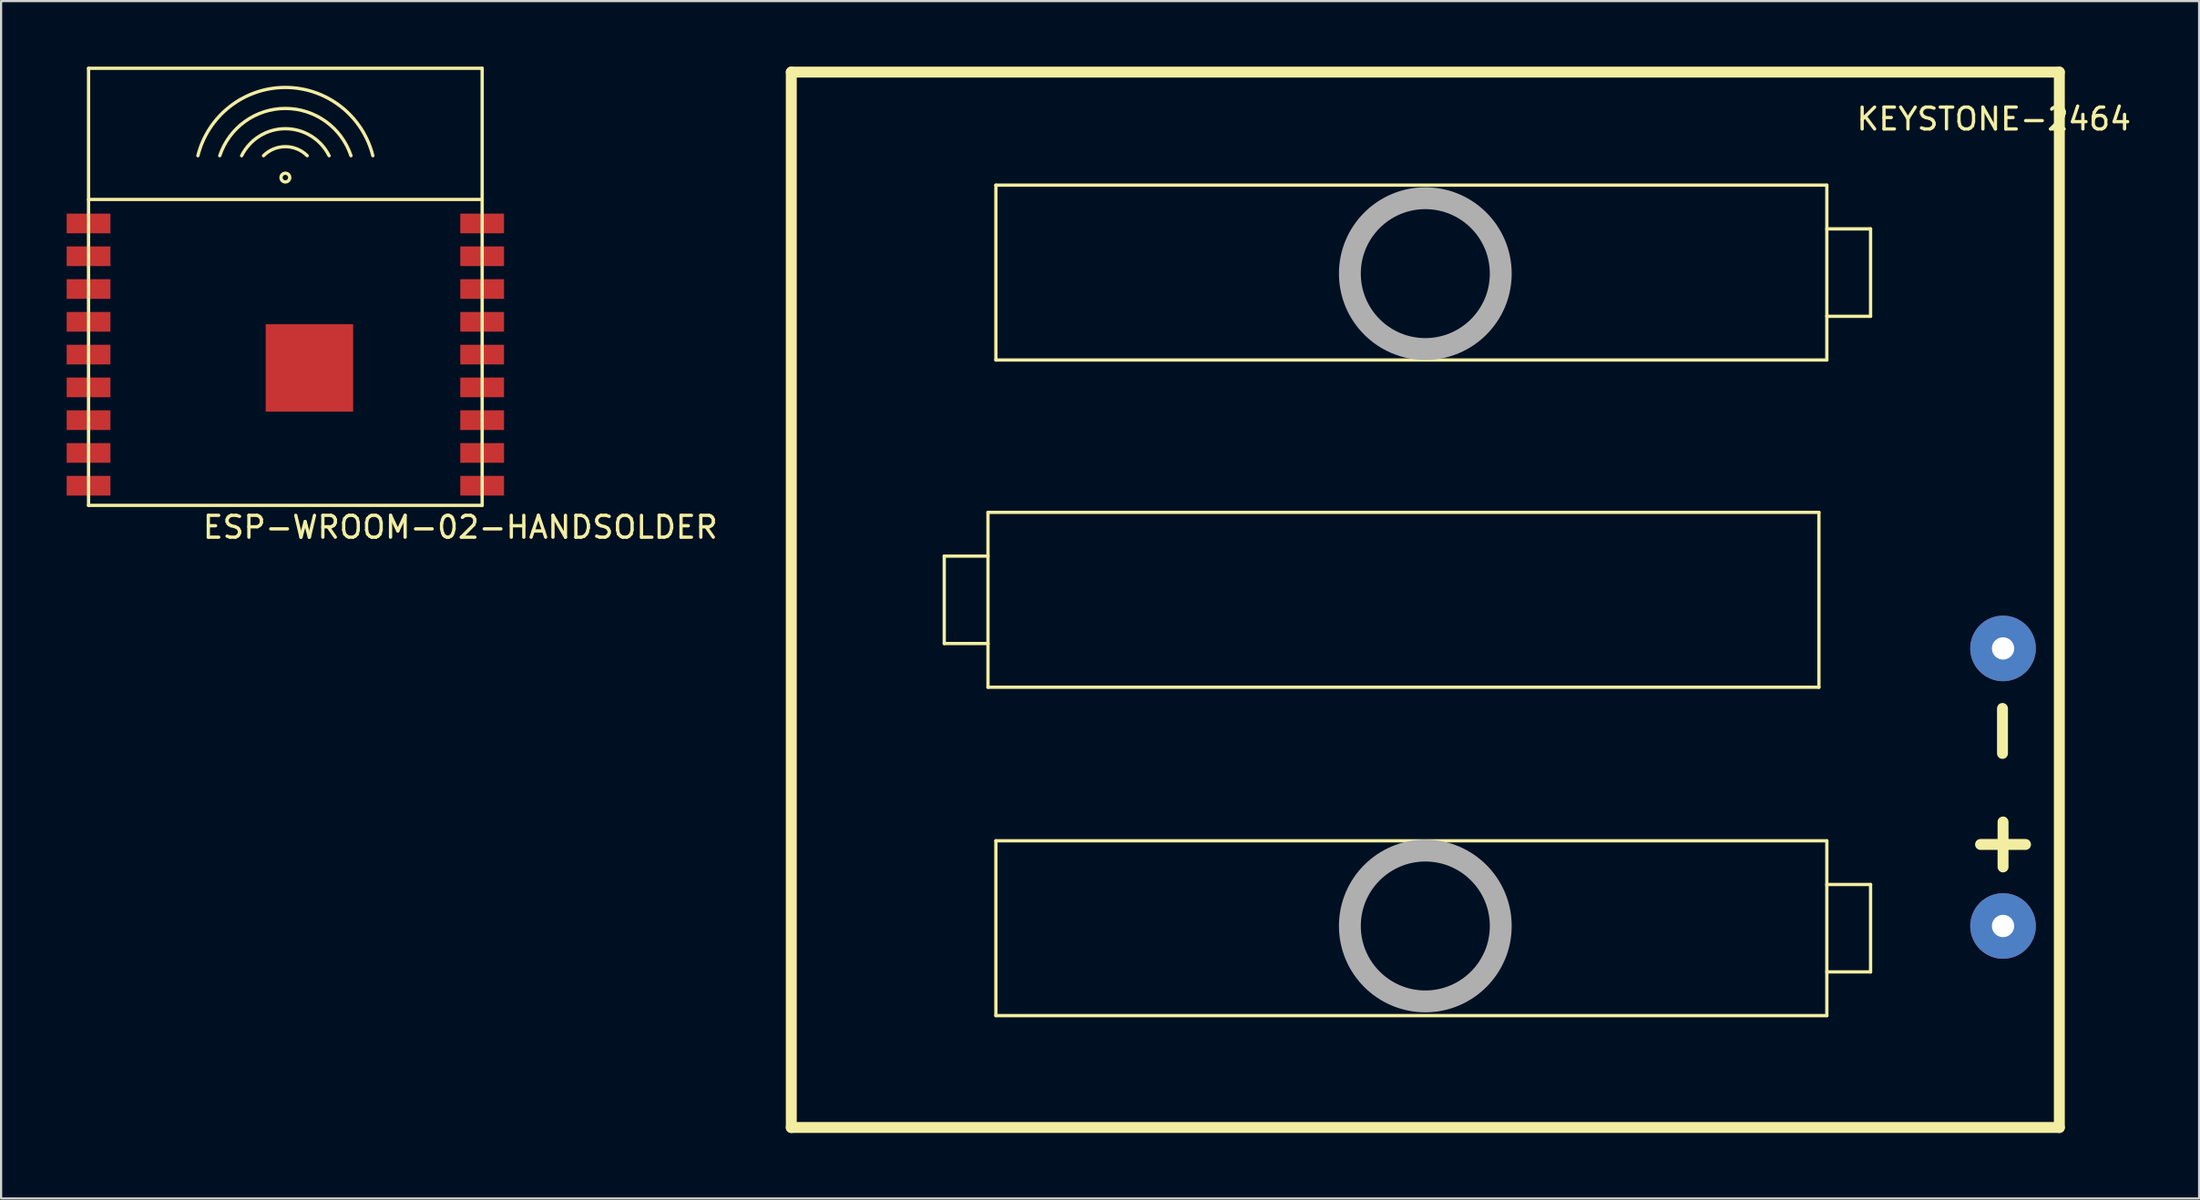
<source format=kicad_pcb>
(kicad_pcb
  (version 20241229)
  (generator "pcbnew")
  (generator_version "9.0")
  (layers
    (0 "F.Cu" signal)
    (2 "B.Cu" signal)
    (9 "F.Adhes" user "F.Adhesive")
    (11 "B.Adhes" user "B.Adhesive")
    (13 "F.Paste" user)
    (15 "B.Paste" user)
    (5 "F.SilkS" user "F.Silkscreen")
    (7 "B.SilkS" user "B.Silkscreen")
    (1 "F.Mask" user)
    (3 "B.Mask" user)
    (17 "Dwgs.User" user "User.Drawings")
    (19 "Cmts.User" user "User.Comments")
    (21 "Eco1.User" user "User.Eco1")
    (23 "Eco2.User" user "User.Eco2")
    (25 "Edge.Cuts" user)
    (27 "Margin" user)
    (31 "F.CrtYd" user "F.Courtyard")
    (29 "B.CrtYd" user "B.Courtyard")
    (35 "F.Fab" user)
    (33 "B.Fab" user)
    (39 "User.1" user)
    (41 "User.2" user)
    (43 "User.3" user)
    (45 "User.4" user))
  (footprint "ESP-WROOM-02-HANDSOLDER"
    (layer "F.Cu")
    (at 10 13.075)
    (property "Reference" "ESP-WROOM-02-HANDSOLDER" (at 8 8 0) (layer "F.SilkS") (effects (font (size 1 1) (thickness 0.15))))
    (attr through_hole)
    (fp_line (start -9 -13) (end 9 -13) (stroke (width 0.15) (type solid)) (layer "F.SilkS"))
    (fp_line (start -9 -7) (end 9 -7) (stroke (width 0.15) (type solid)) (layer "F.SilkS"))
    (fp_line (start -9 7) (end -9 -13) (stroke (width 0.15) (type solid)) (layer "F.SilkS"))
    (fp_line (start 9 -13) (end 9 7) (stroke (width 0.15) (type solid)) (layer "F.SilkS"))
    (fp_line (start 9 7) (end -9 7) (stroke (width 0.15) (type solid)) (layer "F.SilkS"))
    (fp_arc (start -3.999999 -9) (mid 0 -12.123105) (end 3.999999 -8.999999) (stroke (width 0.15) (type solid)) (layer "F.SilkS"))
    (fp_arc (start -2.999999 -9) (mid 0 -11.162277) (end 2.999999 -8.999999) (stroke (width 0.15) (type solid)) (layer "F.SilkS"))
    (fp_arc (start -1.999999 -9) (mid 0 -10.236067) (end 1.999999 -8.999999) (stroke (width 0.15) (type solid)) (layer "F.SilkS"))
    (fp_arc (start -0.999999 -8.999999) (mid 0 -9.414212) (end 0.999999 -8.999999) (stroke (width 0.15) (type solid)) (layer "F.SilkS"))
    (fp_circle (center 0 -8) (end 0.2 -8) (stroke (width 0.15) (type solid)) (fill no) (layer "F.SilkS"))
    (pad "1" smd rect (at -9 -5.9) (size 2 0.9) (layers "F.Cu" "F.Mask" "F.Paste"))
    (pad "2" smd rect (at -9 -4.4) (size 2 0.9) (layers "F.Cu" "F.Mask" "F.Paste"))
    (pad "3" smd rect (at -9 -2.9) (size 2 0.9) (layers "F.Cu" "F.Mask" "F.Paste"))
    (pad "4" smd rect (at -9 -1.4) (size 2 0.9) (layers "F.Cu" "F.Mask" "F.Paste"))
    (pad "5" smd rect (at -9 0.1) (size 2 0.9) (layers "F.Cu" "F.Mask" "F.Paste"))
    (pad "6" smd rect (at -9 1.6) (size 2 0.9) (layers "F.Cu" "F.Mask" "F.Paste"))
    (pad "7" smd rect (at -9 3.1) (size 2 0.9) (layers "F.Cu" "F.Mask" "F.Paste"))
    (pad "8" smd rect (at -9 4.6) (size 2 0.9) (layers "F.Cu" "F.Mask" "F.Paste"))
    (pad "9" smd rect (at -9 6.1) (size 2 0.9) (layers "F.Cu" "F.Mask" "F.Paste"))
    (pad "10" smd rect (at 9 6.1) (size 2 0.9) (layers "F.Cu" "F.Mask" "F.Paste"))
    (pad "11" smd rect (at 9 4.6) (size 2 0.9) (layers "F.Cu" "F.Mask" "F.Paste"))
    (pad "12" smd rect (at 9 3.1) (size 2 0.9) (layers "F.Cu" "F.Mask" "F.Paste"))
    (pad "13" smd rect (at 9 1.6) (size 2 0.9) (layers "F.Cu" "F.Mask" "F.Paste"))
    (pad "14" smd rect (at 9 0.1) (size 2 0.9) (layers "F.Cu" "F.Mask" "F.Paste"))
    (pad "15" smd rect (at 9 -1.4) (size 2 0.9) (layers "F.Cu" "F.Mask" "F.Paste"))
    (pad "16" smd rect (at 9 -2.9) (size 2 0.9) (layers "F.Cu" "F.Mask" "F.Paste"))
    (pad "17" smd rect (at 9 -4.4) (size 2 0.9) (layers "F.Cu" "F.Mask" "F.Paste"))
    (pad "18" smd rect (at 9 -5.9) (size 2 0.9) (layers "F.Cu" "F.Mask" "F.Paste"))
    (pad "19" smd rect (at 1.1 0.71) (size 4 4) (layers "F.Cu" "F.Mask" "F.Paste")))
  (footprint "KEYSTONE-2464"
    (layer "F.Cu")
    (at 62.132 24.395)
    (property "Reference" "KEYSTONE-2464" (at 26 -22 180) (layer "F.SilkS") (effects (font (size 1 1) (thickness 0.15))))
    (attr through_hole)
    (fp_line (start -28.995 -24.145) (end 28.995 -24.145) (stroke (width 0.5) (type solid)) (layer "F.SilkS"))
    (fp_line (start -28.995 24.145) (end -28.995 -24.145) (stroke (width 0.5) (type solid)) (layer "F.SilkS"))
    (fp_line (start -28.995 24.145) (end 28.995 24.145) (stroke (width 0.5) (type solid)) (layer "F.SilkS"))
    (fp_line (start -22 -2) (end -20 -2) (stroke (width 0.15) (type solid)) (layer "F.SilkS"))
    (fp_line (start -22 2) (end -22 -2) (stroke (width 0.15) (type solid)) (layer "F.SilkS"))
    (fp_line (start -20 -4) (end 18 -4) (stroke (width 0.15) (type solid)) (layer "F.SilkS"))
    (fp_line (start -20 2) (end -22 2) (stroke (width 0.15) (type solid)) (layer "F.SilkS"))
    (fp_line (start -20 4) (end -20 -4) (stroke (width 0.15) (type solid)) (layer "F.SilkS"))
    (fp_line (start -19.638 -18.973) (end 18.362 -18.973) (stroke (width 0.15) (type solid)) (layer "F.SilkS"))
    (fp_line (start -19.638 -10.973) (end -19.638 -18.973) (stroke (width 0.15) (type solid)) (layer "F.SilkS"))
    (fp_line (start -19.638 11.027) (end 18.362 11.027) (stroke (width 0.15) (type solid)) (layer "F.SilkS"))
    (fp_line (start -19.638 19.027) (end -19.638 11.027) (stroke (width 0.15) (type solid)) (layer "F.SilkS"))
    (fp_line (start 18 -4) (end 18 4) (stroke (width 0.15) (type solid)) (layer "F.SilkS"))
    (fp_line (start 18 4) (end -20 4) (stroke (width 0.15) (type solid)) (layer "F.SilkS"))
    (fp_line (start 18.362 -18.973) (end 18.362 -10.973) (stroke (width 0.15) (type solid)) (layer "F.SilkS"))
    (fp_line (start 18.362 -16.973) (end 20.362 -16.973) (stroke (width 0.15) (type solid)) (layer "F.SilkS"))
    (fp_line (start 18.362 -10.973) (end -19.638 -10.973) (stroke (width 0.15) (type solid)) (layer "F.SilkS"))
    (fp_line (start 18.362 11.027) (end 18.362 19.027) (stroke (width 0.15) (type solid)) (layer "F.SilkS"))
    (fp_line (start 18.362 13.027) (end 20.362 13.027) (stroke (width 0.15) (type solid)) (layer "F.SilkS"))
    (fp_line (start 18.362 19.027) (end -19.638 19.027) (stroke (width 0.15) (type solid)) (layer "F.SilkS"))
    (fp_line (start 20.362 -16.973) (end 20.362 -12.973) (stroke (width 0.15) (type solid)) (layer "F.SilkS"))
    (fp_line (start 20.362 -12.973) (end 18.362 -12.973) (stroke (width 0.15) (type solid)) (layer "F.SilkS"))
    (fp_line (start 20.362 13.027) (end 20.362 17.027) (stroke (width 0.15) (type solid)) (layer "F.SilkS"))
    (fp_line (start 20.362 17.027) (end 18.362 17.027) (stroke (width 0.15) (type solid)) (layer "F.SilkS"))
    (fp_line (start 28.995 24.145) (end 28.995 -24.145) (stroke (width 0.5) (type solid)) (layer "F.SilkS"))
    (fp_circle (center 0 -14.925) (end 3.45 -14.925) (stroke (width 1) (type solid)) (fill no) (layer "F.Fab"))
    (fp_circle (center 0 14.925) (end 3.45 14.925) (stroke (width 1) (type solid)) (fill no) (layer "F.Fab"))
    (fp_text user "-" (at 26.2 6 90) (layer "F.SilkS") (effects (font (size 2.7 2.7) (thickness 0.5))))
    (fp_text user "+" (at 26.42 11 0) (layer "F.SilkS") (effects (font (size 2.7 2.7) (thickness 0.5))))
    (pad "1" thru_hole circle (at 26.42 14.925) (size 3 3) (drill 1.02) (layers "*.Cu" "*.Mask"))
    (pad "2" thru_hole circle (at 26.42 2.225) (size 3 3) (drill 1.02) (layers "*.Cu" "*.Mask")))
  (gr_rect
    (start -3 -3)
    (end 97.519 51.79)
    (stroke (width 0.1) (type default))
    (fill no)
    (layer "Edge.Cuts")))
</source>
